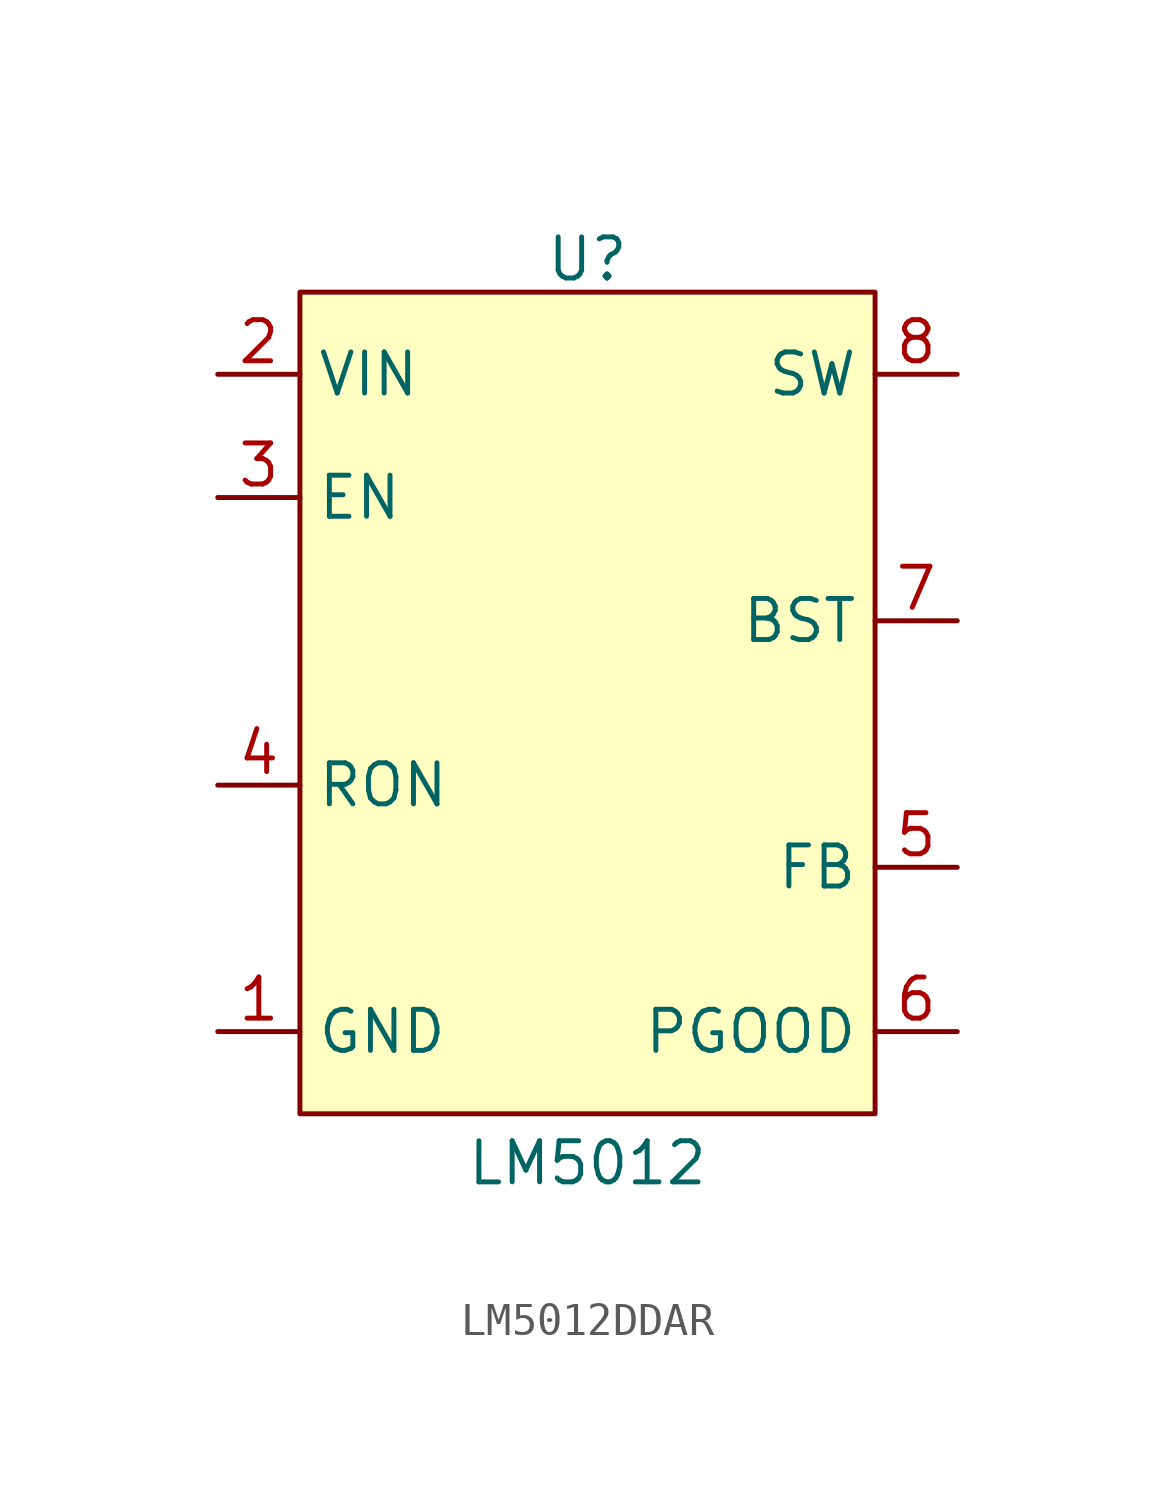
<source format=kicad_sym>
(kicad_symbol_lib
  (version 20231120)
  (generator "kicad_symbol_editor")
  (generator_version "8.0")
  (symbol "LM5012DDAR"
    (property "Reference" "U"
      (at 0 13.716 0)
      (effects (font (size 1.27 1.27))))
    (property "Value" "LM5012"
      (at 0 -14.224 0)
      (effects (font (size 1.27 1.27))))
    (symbol "LM5012DDAR_1_1"
      (rectangle (start -8.89 12.7) (end 8.89 -12.7) (stroke (width 0) (type default)) (fill (type background)))
      (pin power_in line (at -11.43 -10.16 0) (length 2.54) (name "GND" (effects (font (size 1.27 1.27)))) (number "1" (effects (font (size 1.27 1.27)))))
      (pin power_in line (at -11.43 10.16 0) (length 2.54) (name "VIN" (effects (font (size 1.27 1.27)))) (number "2" (effects (font (size 1.27 1.27)))))
      (pin input line (at -11.43 6.35 0) (length 2.54) (name "EN" (effects (font (size 1.27 1.27)))) (number "3" (effects (font (size 1.27 1.27)))))
      (pin input line (at -11.43 -2.54 0) (length 2.54) (name "RON" (effects (font (size 1.27 1.27)))) (number "4" (effects (font (size 1.27 1.27)))))
      (pin input line (at 11.43 -5.08 180) (length 2.54) (name "FB" (effects (font (size 1.27 1.27)))) (number "5" (effects (font (size 1.27 1.27)))))
      (pin output line (at 11.43 -10.16 180) (length 2.54) (name "PGOOD" (effects (font (size 1.27 1.27)))) (number "6" (effects (font (size 1.27 1.27)))))
      (pin passive line (at 11.43 2.54 180) (length 2.54) (name "BST" (effects (font (size 1.27 1.27)))) (number "7" (effects (font (size 1.27 1.27)))))
      (pin power_out line (at 11.43 10.16 180) (length 2.54) (name "SW" (effects (font (size 1.27 1.27)))) (number "8" (effects (font (size 1.27 1.27)))))
      (pin input line (at -11.43 -10.16 0) (length 2.54) hide (name "EP" (effects (font (size 1.27 1.27)))) (number "9" (effects (font (size 1.27 1.27))))))))
</source>
